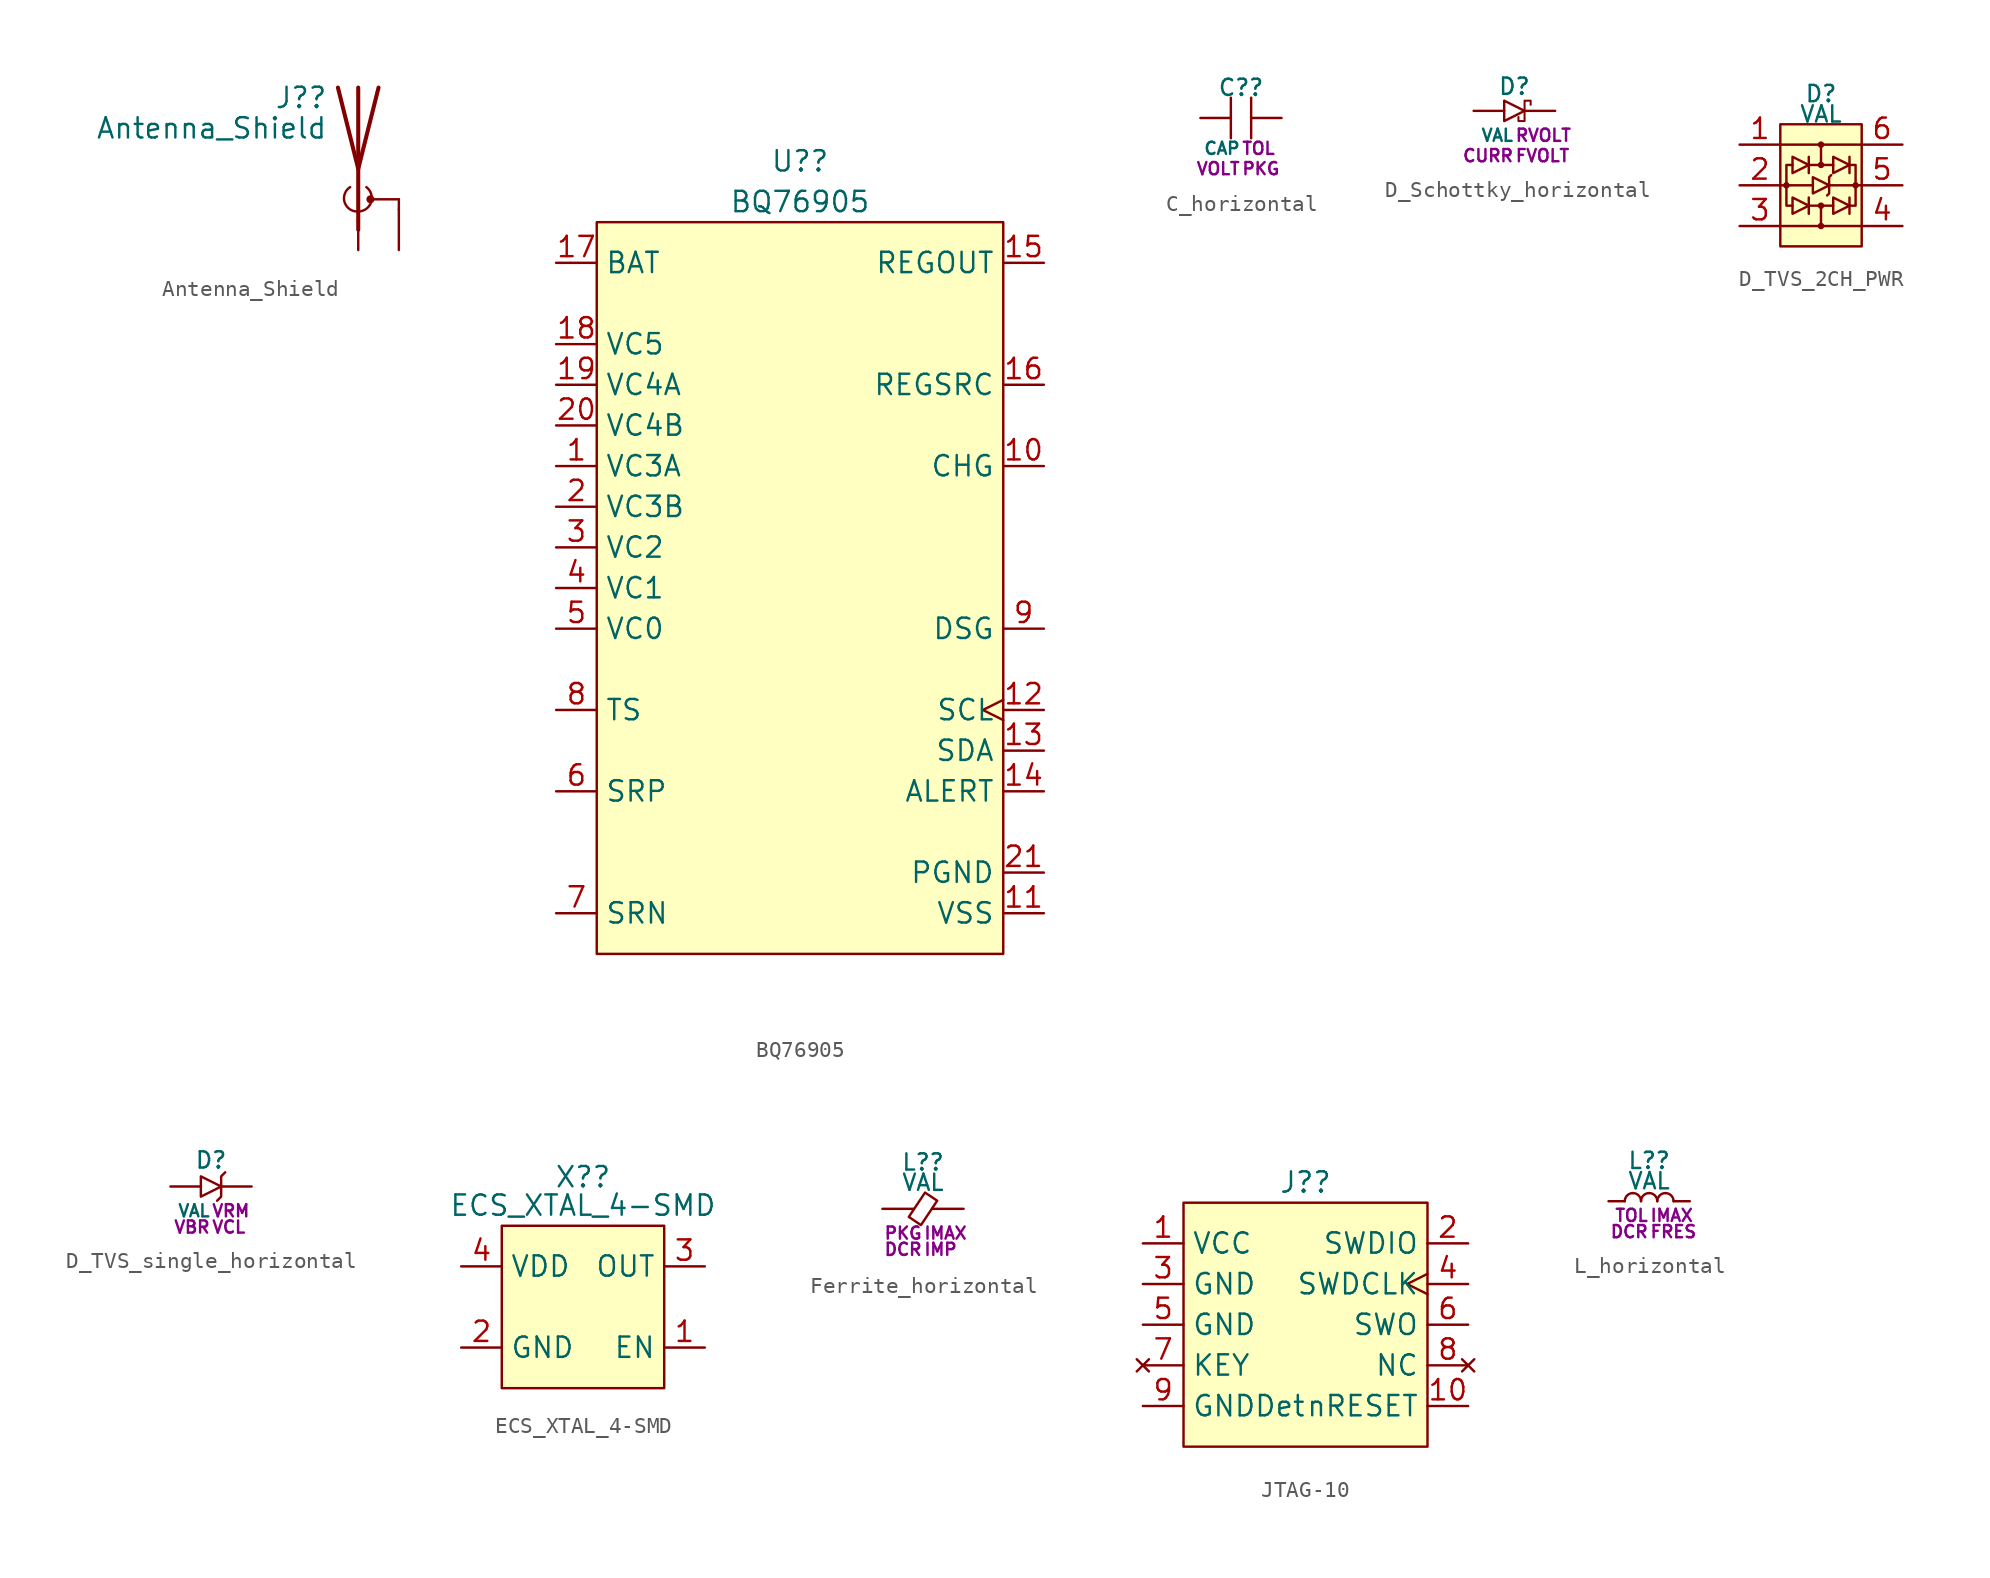
<source format=kicad_sym>
(kicad_symbol_lib
  (version 20241209)
  (generator "kicad_symbol_editor")
  (generator_version "9.0")
  (symbol "Antenna_Shield"
    (pin_numbers
      (hide yes))
    (pin_names
      (offset 1.016)
      (hide yes))
    (property "Reference" "J?"
      (at -1.905 4.445 0)
      (effects (font (size 1.27 1.27)) (justify right)))
    (property "Value" "Antenna_Shield"
      (at -1.905 2.54 0)
      (effects (font (size 1.27 1.27)) (justify right)))
    (symbol "Antenna_Shield_0_1"
      (arc (start 0 -2.667) (mid -0.8485 -2.1032) (end -0.508 -1.143) (stroke (width 0) (type default)) (fill (type none)))
      (polyline (pts (xy 0 5.08) (xy 0 -3.81)) (stroke (width 0.254) (type default)) (fill (type none)))
      (polyline (pts (xy 0 -2.54) (xy 0 0)) (stroke (width 0) (type default)) (fill (type none)))
      (arc (start 0.508 -1.143) (mid 0.8046 -2.0885) (end 0 -2.667) (stroke (width 0) (type default)) (fill (type none)))
      (polyline (pts (xy 0.762 -1.905) (xy 2.54 -1.905)) (stroke (width 0) (type default)) (fill (type none)))
      (circle (center 0.762 -1.905) (radius 0.178) (stroke (width 0) (type default)) (fill (type outline)))
      (polyline (pts (xy 1.27 5.08) (xy 0 0) (xy -1.27 5.08)) (stroke (width 0.254) (type default)) (fill (type none)))
      (polyline (pts (xy 2.54 -2.54) (xy 2.54 -1.905)) (stroke (width 0) (type default)) (fill (type none))))
    (symbol "Antenna_Shield_1_1"
      (pin input line (at 0 -5.08 90) (length 2.54) (name "A" (effects (font (size 1.27 1.27)))) (number "1" (effects (font (size 1.27 1.27)))))
      (pin input line (at 2.54 -5.08 90) (length 2.54) (name "Shield" (effects (font (size 1.27 1.27)))) (number "2" (effects (font (size 1.27 1.27)))))
      (pin input line (at 2.54 -5.08 90) (length 2.54) (hide yes) (name "Shield" (effects (font (size 1.27 1.27)))) (number "3" (effects (font (size 1.27 1.27)))))
      (pin input line (at 2.54 -5.08 90) (length 2.54) (hide yes) (name "Shield" (effects (font (size 1.27 1.27)))) (number "4" (effects (font (size 1.27 1.27)))))
      (pin input line (at 2.54 -5.08 90) (length 2.54) (hide yes) (name "Shield" (effects (font (size 1.27 1.27)))) (number "5" (effects (font (size 1.27 1.27)))))))
  (symbol "BQ76905"
    (property "Reference" "U?"
      (at 0 26.67 0)
      (do_not_autoplace)
      (effects (font (size 1.27 1.27))))
    (property "Value" "BQ76905"
      (at 0 24.13 0)
      (do_not_autoplace)
      (effects (font (size 1.27 1.27))))
    (symbol "BQ76905_0_0"
      (pin power_out line (at -15.24 20.32 0) (length 2.54) (name "BAT" (effects (font (size 1.27 1.27)))) (number "17" (effects (font (size 1.27 1.27)))))
      (pin input line (at -15.24 15.24 0) (length 2.54) (name "VC5" (effects (font (size 1.27 1.27)))) (number "18" (effects (font (size 1.27 1.27)))))
      (pin input line (at -15.24 12.7 0) (length 2.54) (name "VC4A" (effects (font (size 1.27 1.27)))) (number "19" (effects (font (size 1.27 1.27)))))
      (pin input line (at -15.24 10.16 0) (length 2.54) (name "VC4B" (effects (font (size 1.27 1.27)))) (number "20" (effects (font (size 1.27 1.27)))))
      (pin input line (at -15.24 7.62 0) (length 2.54) (name "VC3A" (effects (font (size 1.27 1.27)))) (number "1" (effects (font (size 1.27 1.27)))))
      (pin input line (at -15.24 5.08 0) (length 2.54) (name "VC3B" (effects (font (size 1.27 1.27)))) (number "2" (effects (font (size 1.27 1.27)))))
      (pin input line (at -15.24 2.54 0) (length 2.54) (name "VC2" (effects (font (size 1.27 1.27)))) (number "3" (effects (font (size 1.27 1.27)))))
      (pin input line (at -15.24 0 0) (length 2.54) (name "VC1" (effects (font (size 1.27 1.27)))) (number "4" (effects (font (size 1.27 1.27)))))
      (pin input line (at -15.24 -2.54 0) (length 2.54) (name "VC0" (effects (font (size 1.27 1.27)))) (number "5" (effects (font (size 1.27 1.27)))))
      (pin bidirectional line (at -15.24 -7.62 0) (length 2.54) (name "TS" (effects (font (size 1.27 1.27)))) (number "8" (effects (font (size 1.27 1.27)))))
      (pin input line (at -15.24 -12.7 0) (length 2.54) (name "SRP" (effects (font (size 1.27 1.27)))) (number "6" (effects (font (size 1.27 1.27)))))
      (pin input line (at -15.24 -20.32 0) (length 2.54) (name "SRN" (effects (font (size 1.27 1.27)))) (number "7" (effects (font (size 1.27 1.27)))))
      (pin power_out line (at 15.24 20.32 180) (length 2.54) (name "REGOUT" (effects (font (size 1.27 1.27)))) (number "15" (effects (font (size 1.27 1.27)))))
      (pin input line (at 15.24 12.7 180) (length 2.54) (name "REGSRC" (effects (font (size 1.27 1.27)))) (number "16" (effects (font (size 1.27 1.27)))))
      (pin output line (at 15.24 7.62 180) (length 2.54) (name "CHG" (effects (font (size 1.27 1.27)))) (number "10" (effects (font (size 1.27 1.27)))))
      (pin output line (at 15.24 -2.54 180) (length 2.54) (name "DSG" (effects (font (size 1.27 1.27)))) (number "9" (effects (font (size 1.27 1.27)))))
      (pin bidirectional line (at 15.24 -10.16 180) (length 2.54) (name "SDA" (effects (font (size 1.27 1.27)))) (number "13" (effects (font (size 1.27 1.27)))))
      (pin output line (at 15.24 -12.7 180) (length 2.54) (name "ALERT" (effects (font (size 1.27 1.27)))) (number "14" (effects (font (size 1.27 1.27))))))
    (symbol "BQ76905_1_0"
      (pin bidirectional clock (at 15.24 -7.62 180) (length 2.54) (name "SCL" (effects (font (size 1.27 1.27)))) (number "12" (effects (font (size 1.27 1.27)))))
      (pin power_in line (at 15.24 -20.32 180) (length 2.54) (name "VSS" (effects (font (size 1.27 1.27)))) (number "11" (effects (font (size 1.27 1.27))))))
    (symbol "BQ76905_1_1"
      (rectangle (start -12.7 22.86) (end 12.7 -22.86) (stroke (width 0) (type default)) (fill (type background)))
      (pin power_in line (at 15.24 -17.78 180) (length 2.54) (name "PGND" (effects (font (size 1.27 1.27)))) (number "21" (effects (font (size 1.27 1.27)))))))
  (symbol "C_horizontal"
    (property "Reference" "C?"
      (at 0 1.905 0)
      (do_not_autoplace)
      (effects (font (size 1.016 1.016))))
    (property "Value" "CAP"
      (at 0 -1.905 0)
      (do_not_autoplace)
      (effects (font (size 0.762 0.762)) (justify right)))
    (property "Tolerance" "TOL"
      (at 0 -1.905 0)
      (do_not_autoplace)
      (effects (font (size 0.762 0.762)) (justify left)))
    (property "Voltage Rating" "VOLT"
      (at 0 -3.175 0)
      (do_not_autoplace)
      (effects (font (size 0.762 0.762)) (justify right)))
    (property "Package" "PKG"
      (at 0 -3.175 0)
      (do_not_autoplace)
      (effects (font (size 0.762 0.762)) (justify left)))
    (symbol "C_horizontal_0_1"
      (polyline (pts (xy -0.635 -1.27) (xy -0.635 1.27)) (stroke (width 0) (type default)) (fill (type none)))
      (polyline (pts (xy 0.635 -1.27) (xy 0.635 1.27)) (stroke (width 0) (type default)) (fill (type none))))
    (symbol "C_horizontal_1_1"
      (pin passive line (at -2.54 0 0) (length 1.905) (name "" (effects (font (size 0 0)))) (number "1" (effects (font (size 0 0)))))
      (pin passive line (at 2.54 0 180) (length 1.905) (name "" (effects (font (size 0 0)))) (number "2" (effects (font (size 0 0)))))))
  (symbol "D_Schottky_horizontal"
    (pin_numbers
      (hide yes))
    (property "Reference" "D"
      (at 0 1.524 0)
      (do_not_autoplace)
      (effects (font (size 1.016 1.016))))
    (property "Value" "VAL"
      (at 0 -1.524 0)
      (do_not_autoplace)
      (effects (font (size 0.762 0.762)) (justify right)))
    (property "Reverse Voltage" "RVOLT"
      (at 0 -1.524 0)
      (do_not_autoplace)
      (effects (font (size 0.762 0.762)) (justify left)))
    (property "Forward Voltage" "FVOLT"
      (at 0 -2.794 0)
      (do_not_autoplace)
      (effects (font (size 0.762 0.762)) (justify left)))
    (property "Current" "CURR"
      (at 0 -2.794 0)
      (do_not_autoplace)
      (effects (font (size 0.762 0.762)) (justify right)))
    (symbol "D_Schottky_horizontal_1_0"
      (pin passive line (at -2.54 0 0) (length 1.905) (name "" (effects (font (size 1.27 1.27)))) (number "2" (effects (font (size 1.27 1.27)))))
      (pin passive line (at 2.54 0 180) (length 1.905) (name "" (effects (font (size 1.27 1.27)))) (number "1" (effects (font (size 1.27 1.27))))))
    (symbol "D_Schottky_horizontal_1_1"
      (polyline (pts (xy -0.635 0.635) (xy -0.635 -0.635) (xy 0.635 0) (xy -0.635 0.635)) (stroke (width 0.152) (type default)) (fill (type none)))
      (polyline (pts (xy 0.635 0) (xy 0.635 0.635) (xy 0.889 0.635) (xy 1.016 0.635) (xy 1.016 0.381)) (stroke (width 0.127) (type default)) (fill (type none)))
      (polyline (pts (xy 0.635 0) (xy 0.635 -0.635) (xy 0.381 -0.635) (xy 0.254 -0.635) (xy 0.254 -0.381)) (stroke (width 0.127) (type default)) (fill (type none)))))
  (symbol "D_TVS_2CH_PWR"
    (pin_names
      (hide yes))
    (property "Reference" "D"
      (at 0 5.715 0)
      (do_not_autoplace)
      (effects (font (size 1.016 1.016))))
    (property "Value" "VAL"
      (at 0 4.445 0)
      (do_not_autoplace)
      (effects (font (size 1.016 1.016))))
    (symbol "D_TVS_2CH_PWR_0_0"
      (pin passive line (at -5.08 0 0) (length 2.54) (name "GND" (effects (font (size 1.27 1.27)))) (number "2" (effects (font (size 1.27 1.27)))))
      (pin power_in line (at 5.08 0 180) (length 2.54) (name "VBUS" (effects (font (size 1.27 1.27)))) (number "5" (effects (font (size 1.27 1.27))))))
    (symbol "D_TVS_2CH_PWR_0_1"
      (polyline (pts (xy -2.54 2.54) (xy 2.54 2.54)) (stroke (width 0) (type default)) (fill (type none)))
      (polyline (pts (xy -0.762 1.778) (xy -0.762 0.762)) (stroke (width 0) (type default)) (fill (type none)))
      (polyline (pts (xy -0.762 -0.762) (xy -0.762 -1.778)) (stroke (width 0) (type default)) (fill (type none)))
      (polyline (pts (xy 0.508 0) (xy 0.508 0.508) (xy 0.635 0.635)) (stroke (width 0) (type default)) (fill (type none)))
      (polyline (pts (xy 0.508 0) (xy 0.508 -0.508) (xy 0.381 -0.635)) (stroke (width 0) (type default)) (fill (type none)))
      (polyline (pts (xy 1.778 1.778) (xy 1.778 0.762)) (stroke (width 0) (type default)) (fill (type none)))
      (polyline (pts (xy 1.778 -0.762) (xy 1.778 -1.778)) (stroke (width 0) (type default)) (fill (type none))))
    (symbol "D_TVS_2CH_PWR_1_0"
      (pin passive line (at -5.08 2.54 0) (length 2.54) (name "IN1" (effects (font (size 1.27 1.27)))) (number "1" (effects (font (size 1.27 1.27)))))
      (pin passive line (at -5.08 -2.54 0) (length 2.54) (name "IN2" (effects (font (size 1.27 1.27)))) (number "3" (effects (font (size 1.27 1.27)))))
      (pin passive line (at 5.08 2.54 180) (length 2.54) (name "OUT1" (effects (font (size 1.27 1.27)))) (number "6" (effects (font (size 1.27 1.27)))))
      (pin passive line (at 5.08 -2.54 180) (length 2.54) (name "OUT2" (effects (font (size 1.27 1.27)))) (number "4" (effects (font (size 1.27 1.27))))))
    (symbol "D_TVS_2CH_PWR_1_1"
      (rectangle (start -2.54 3.81) (end 2.54 -3.81) (stroke (width 0) (type default)) (fill (type background)))
      (polyline (pts (xy -2.54 0) (xy -2.54 0)) (stroke (width 0) (type default)) (fill (type none)))
      (polyline (pts (xy -2.54 0) (xy -0.508 0)) (stroke (width 0) (type default)) (fill (type none)))
      (polyline (pts (xy -2.54 -2.54) (xy 2.54 -2.54)) (stroke (width 0) (type default)) (fill (type none)))
      (circle (center -2.159 0) (radius 0.127) (stroke (width 0) (type default)) (fill (type outline)))
      (polyline (pts (xy -2.159 0) (xy -2.159 1.27) (xy -1.778 1.27)) (stroke (width 0) (type default)) (fill (type none)))
      (polyline (pts (xy -1.778 1.778) (xy -1.778 0.762) (xy -0.762 1.27) (xy -1.778 1.778)) (stroke (width 0.152) (type default)) (fill (type none)))
      (polyline (pts (xy -1.778 -0.762) (xy -1.778 -1.778) (xy -0.762 -1.27) (xy -1.778 -0.762)) (stroke (width 0.152) (type default)) (fill (type none)))
      (polyline (pts (xy -1.778 -1.27) (xy -2.159 -1.27) (xy -2.159 0)) (stroke (width 0) (type default)) (fill (type none)))
      (polyline (pts (xy -0.762 1.27) (xy 0.762 1.27)) (stroke (width 0) (type default)) (fill (type none)))
      (polyline (pts (xy -0.762 -1.27) (xy 0.762 -1.27)) (stroke (width 0) (type default)) (fill (type none)))
      (polyline (pts (xy -0.508 0.508) (xy -0.508 -0.508) (xy 0.508 0) (xy -0.508 0.508)) (stroke (width 0.152) (type default)) (fill (type none)))
      (circle (center 0 2.54) (radius 0.127) (stroke (width 0) (type default)) (fill (type outline)))
      (circle (center 0 1.27) (radius 0.127) (stroke (width 0) (type default)) (fill (type outline)))
      (polyline (pts (xy 0 1.27) (xy 0 2.54)) (stroke (width 0) (type default)) (fill (type none)))
      (circle (center 0 -1.27) (radius 0.127) (stroke (width 0) (type default)) (fill (type outline)))
      (polyline (pts (xy 0 -2.54) (xy 0 -1.27)) (stroke (width 0) (type default)) (fill (type none)))
      (circle (center 0 -2.54) (radius 0.127) (stroke (width 0) (type default)) (fill (type outline)))
      (polyline (pts (xy 0.508 0) (xy 2.54 0)) (stroke (width 0) (type default)) (fill (type none)))
      (polyline (pts (xy 0.762 1.778) (xy 0.762 0.762) (xy 1.778 1.27) (xy 0.762 1.778)) (stroke (width 0.152) (type default)) (fill (type none)))
      (polyline (pts (xy 0.762 -0.762) (xy 0.762 -1.778) (xy 1.778 -1.27) (xy 0.762 -0.762)) (stroke (width 0.152) (type default)) (fill (type none)))
      (polyline (pts (xy 1.778 1.27) (xy 2.159 1.27) (xy 2.159 0)) (stroke (width 0) (type default)) (fill (type none)))
      (polyline (pts (xy 1.778 -1.27) (xy 2.159 -1.27) (xy 2.159 0)) (stroke (width 0) (type default)) (fill (type none)))
      (circle (center 2.159 0) (radius 0.127) (stroke (width 0) (type default)) (fill (type outline)))))
  (symbol "D_TVS_single_horizontal"
    (pin_numbers
      (hide yes))
    (property "Reference" "D"
      (at 0 1.651 0)
      (do_not_autoplace)
      (effects (font (size 1.016 1.016))))
    (property "Value" "VAL"
      (at 0 -1.524 0)
      (do_not_autoplace)
      (effects (font (size 0.762 0.762)) (justify right)))
    (property "Voltage - Reverse Stabdoff" "VRM"
      (at 0 -1.524 0)
      (do_not_autoplace)
      (effects (font (size 0.762 0.762)) (justify left)))
    (property "Voltage - Breakdown" "VBR"
      (at 0 -2.54 0)
      (do_not_autoplace)
      (effects (font (size 0.762 0.762)) (justify right)))
    (property "Voltage - Clamping" "VCL"
      (at 0 -2.54 0)
      (do_not_autoplace)
      (effects (font (size 0.762 0.762)) (justify left)))
    (symbol "D_TVS_single_horizontal_0_1"
      (polyline (pts (xy 0.635 0) (xy 0.635 0.635) (xy 0.889 0.889)) (stroke (width 0) (type default)) (fill (type none)))
      (polyline (pts (xy 0.635 0) (xy 0.635 -0.635) (xy 0.381 -0.889)) (stroke (width 0) (type default)) (fill (type none))))
    (symbol "D_TVS_single_horizontal_1_0"
      (pin passive line (at -2.54 0 0) (length 1.905) (name "" (effects (font (size 1.27 1.27)))) (number "2" (effects (font (size 1.27 1.27)))))
      (pin passive line (at 2.54 0 180) (length 1.905) (name "" (effects (font (size 1.27 1.27)))) (number "1" (effects (font (size 1.27 1.27))))))
    (symbol "D_TVS_single_horizontal_1_1"
      (polyline (pts (xy -0.635 0.635) (xy -0.635 -0.635) (xy 0.635 0) (xy -0.635 0.635)) (stroke (width 0.152) (type default)) (fill (type none)))))
  (symbol "ECS_XTAL_4-SMD"
    (property "Reference" "X?"
      (at 0 8.128 0)
      (do_not_autoplace)
      (effects (font (size 1.27 1.27))))
    (property "Value" "ECS_XTAL_4-SMD"
      (at 0 6.35 0)
      (do_not_autoplace)
      (effects (font (size 1.27 1.27))))
    (symbol "ECS_XTAL_4-SMD_0_0"
      (pin power_in line (at -7.62 2.54 0) (length 2.54) (name "VDD" (effects (font (size 1.27 1.27)))) (number "4" (effects (font (size 1.27 1.27))))))
    (symbol "ECS_XTAL_4-SMD_1_0"
      (pin power_in line (at -7.62 -2.54 0) (length 2.54) (name "GND" (effects (font (size 1.27 1.27)))) (number "2" (effects (font (size 1.27 1.27)))))
      (pin output line (at 7.62 2.54 180) (length 2.54) (name "OUT" (effects (font (size 1.27 1.27)))) (number "3" (effects (font (size 1.27 1.27)))))
      (pin tri_state line (at 7.62 -2.54 180) (length 2.54) (name "EN" (effects (font (size 1.27 1.27)))) (number "1" (effects (font (size 1.27 1.27))))))
    (symbol "ECS_XTAL_4-SMD_1_1"
      (rectangle (start -5.08 5.08) (end 5.08 -5.08) (stroke (width 0) (type default)) (fill (type background)))))
  (symbol "Ferrite_horizontal"
    (pin_numbers
      (hide yes))
    (pin_names
      (hide yes))
    (property "Reference" "L?"
      (at 0 2.921 0)
      (do_not_autoplace)
      (effects (font (size 1.016 1.016))))
    (property "Value" "VAL"
      (at 0 1.651 0)
      (do_not_autoplace)
      (effects (font (size 1.016 1.016))))
    (property "Package" "PKG"
      (at 0 -1.524 0)
      (do_not_autoplace)
      (effects (font (size 0.762 0.762)) (justify right)))
    (property "Current Rating" "IMAX"
      (at 0 -1.524 0)
      (do_not_autoplace)
      (effects (font (size 0.762 0.762)) (justify left)))
    (property "DC Resistance" "DCR"
      (at 0 -2.54 0)
      (do_not_autoplace)
      (effects (font (size 0.762 0.762)) (justify right)))
    (property "Impedance" "IMP"
      (at 0 -2.54 0)
      (do_not_autoplace)
      (effects (font (size 0.762 0.762)) (justify left)))
    (symbol "Ferrite_horizontal_0_1"
      (polyline (pts (xy 0.127 1.016) (xy 0.889 0.508) (xy -0.127 -1.016) (xy -0.889 -0.508) (xy 0.127 1.016)) (stroke (width 0) (type default)) (fill (type none))))
    (symbol "Ferrite_horizontal_1_0"
      (pin passive line (at -2.54 0 0) (length 1.968) (name "" (effects (font (size 1.27 1.27)))) (number "1" (effects (font (size 1.27 1.27)))))
      (pin passive line (at 2.54 0 180) (length 1.968) (name "" (effects (font (size 1.27 1.27)))) (number "2" (effects (font (size 1.27 1.27)))))))
  (symbol "JTAG-10"
    (property "Reference" "J?"
      (at 0 8.89 0)
      (do_not_autoplace)
      (effects (font (size 1.27 1.27))))
    (property "Value" ""
      (at 0 0 0)
      (effects (font (size 1.27 1.27))))
    (symbol "JTAG-10_0_0"
      (pin power_in line (at -10.16 5.08 0) (length 2.54) (name "VCC" (effects (font (size 1.27 1.27)))) (number "1" (effects (font (size 1.27 1.27)))))
      (pin no_connect line (at -10.16 -2.54 0) (length 2.54) (name "KEY" (effects (font (size 1.27 1.27)))) (number "7" (effects (font (size 1.27 1.27)))))
      (pin input line (at 10.16 -5.08 180) (length 2.54) (name "nRESET" (effects (font (size 1.27 1.27)))) (number "10" (effects (font (size 1.27 1.27))))))
    (symbol "JTAG-10_1_0"
      (pin power_in line (at -10.16 2.54 0) (length 2.54) (name "GND" (effects (font (size 1.27 1.27)))) (number "3" (effects (font (size 1.27 1.27)))))
      (pin power_in line (at -10.16 0 0) (length 2.54) (name "GND" (effects (font (size 1.27 1.27)))) (number "5" (effects (font (size 1.27 1.27)))))
      (pin power_in line (at -10.16 -5.08 0) (length 2.54) (name "GNDDet" (effects (font (size 1.27 1.27)))) (number "9" (effects (font (size 1.27 1.27)))))
      (pin bidirectional line (at 10.16 5.08 180) (length 2.54) (name "SWDIO" (effects (font (size 1.27 1.27)))) (number "2" (effects (font (size 1.27 1.27)))) (alternate "TMS" output line))
      (pin input clock (at 10.16 2.54 180) (length 2.54) (name "SWDCLK" (effects (font (size 1.27 1.27)))) (number "4" (effects (font (size 1.27 1.27)))) (alternate "TCK" input clock))
      (pin output line (at 10.16 0 180) (length 2.54) (name "SWO" (effects (font (size 1.27 1.27)))) (number "6" (effects (font (size 1.27 1.27)))) (alternate "TDO" output line))
      (pin no_connect line (at 10.16 -2.54 180) (length 2.54) (name "NC" (effects (font (size 1.27 1.27)))) (number "8" (effects (font (size 1.27 1.27)))) (alternate "TDI" input line)))
    (symbol "JTAG-10_1_1"
      (rectangle (start -7.62 7.62) (end 7.62 -7.62) (stroke (width 0) (type default)) (fill (type background)))))
  (symbol "L_horizontal"
    (pin_numbers
      (hide yes))
    (pin_names
      (hide yes))
    (property "Reference" "L?"
      (at 0 2.54 0)
      (do_not_autoplace)
      (effects (font (size 1.016 1.016))))
    (property "Value" "VAL"
      (at 0 1.27 0)
      (do_not_autoplace)
      (effects (font (size 1.016 1.016))))
    (property "Tolerance" "TOL"
      (at 0 -0.889 0)
      (do_not_autoplace)
      (effects (font (size 0.762 0.762)) (justify right)))
    (property "Current Rating" "IMAX"
      (at 0 -0.889 0)
      (do_not_autoplace)
      (effects (font (size 0.762 0.762)) (justify left)))
    (property "DC Resistance" "DCR"
      (at 0 -1.905 0)
      (do_not_autoplace)
      (effects (font (size 0.762 0.762)) (justify right)))
    (property "Resonant Frequency" "FRES"
      (at 0 -1.905 0)
      (do_not_autoplace)
      (effects (font (size 0.762 0.762)) (justify left)))
    (symbol "L_horizontal_0_1"
      (arc (start -1.524 0) (mid -1.3752 0.3592) (end -1.016 0.508) (stroke (width 0) (type default)) (fill (type none)))
      (arc (start -1.016 0.508) (mid -0.6568 0.3592) (end -0.508 0) (stroke (width 0) (type default)) (fill (type none)))
      (arc (start -0.508 0) (mid -0.3592 0.3592) (end 0 0.508) (stroke (width 0) (type default)) (fill (type none)))
      (arc (start 0 0.508) (mid 0.3592 0.3592) (end 0.508 0) (stroke (width 0) (type default)) (fill (type none)))
      (arc (start 0.508 0) (mid 0.6568 0.3592) (end 1.016 0.508) (stroke (width 0) (type default)) (fill (type none)))
      (arc (start 1.016 0.508) (mid 1.3752 0.3592) (end 1.524 0) (stroke (width 0) (type default)) (fill (type none))))
    (symbol "L_horizontal_1_0"
      (pin passive line (at -2.54 0 0) (length 1.016) (name "" (effects (font (size 1.27 1.27)))) (number "1" (effects (font (size 1.27 1.27)))))
      (pin passive line (at 2.54 0 180) (length 1.016) (name "" (effects (font (size 1.27 1.27)))) (number "2" (effects (font (size 1.27 1.27))))))))
</source>
